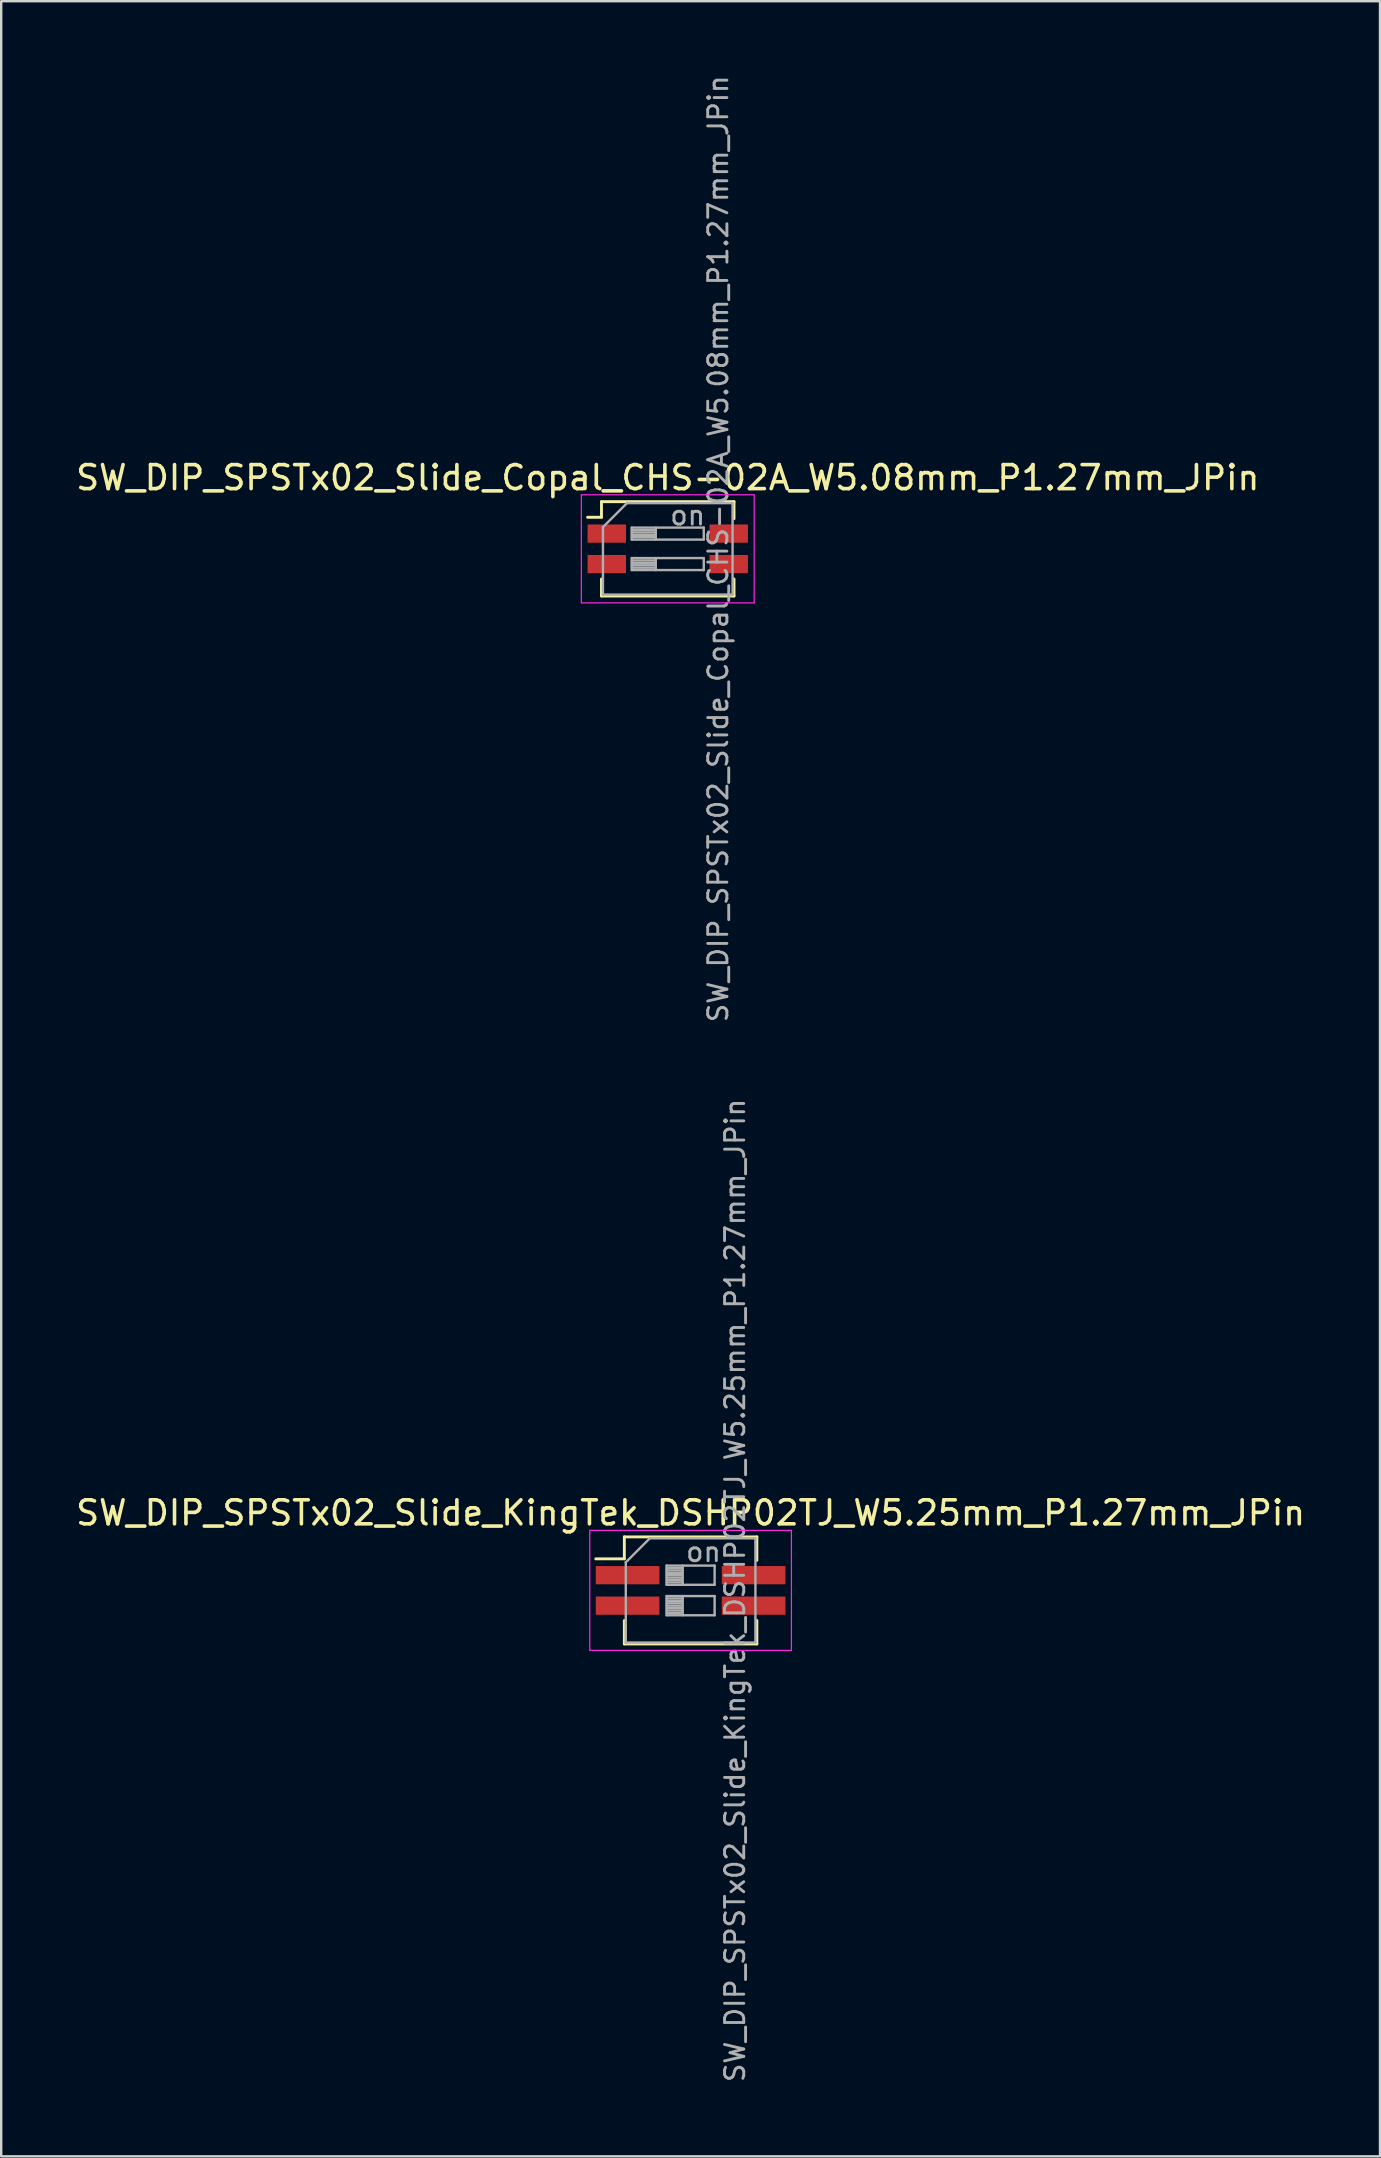
<source format=kicad_pcb>
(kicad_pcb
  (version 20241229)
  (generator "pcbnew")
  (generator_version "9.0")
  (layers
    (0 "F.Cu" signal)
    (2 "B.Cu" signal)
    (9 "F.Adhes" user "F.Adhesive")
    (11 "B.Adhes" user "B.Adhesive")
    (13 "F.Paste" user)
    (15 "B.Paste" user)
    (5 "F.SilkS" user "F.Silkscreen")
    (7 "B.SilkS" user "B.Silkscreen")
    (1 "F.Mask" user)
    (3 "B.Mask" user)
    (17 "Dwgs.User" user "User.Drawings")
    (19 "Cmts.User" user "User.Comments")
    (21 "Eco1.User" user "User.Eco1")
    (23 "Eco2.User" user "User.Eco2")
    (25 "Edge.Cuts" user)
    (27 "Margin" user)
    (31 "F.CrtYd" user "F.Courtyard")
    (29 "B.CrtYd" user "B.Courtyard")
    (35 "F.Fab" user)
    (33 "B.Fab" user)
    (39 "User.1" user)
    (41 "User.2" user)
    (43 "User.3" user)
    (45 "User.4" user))
  (footprint "SW_DIP_SPSTx02_Slide_KingTek_DSHP02TJ_W5.25mm_P1.27mm_JPin"
    (layer "F.Cu")
    (at 25.72 63.205)
    (property "Reference" "SW_DIP_SPSTx02_Slide_KingTek_DSHP02TJ_W5.25mm_P1.27mm_JPin" (at 0 -3.23 0) (layer "F.SilkS") (effects (font (size 1 1) (thickness 0.15))))
    (attr smd)
    (fp_line (start -3.951 -1.315) (end -2.761 -1.315) (stroke (width 0.12) (type solid)) (layer "F.SilkS"))
    (fp_line (start -2.761 -2.23) (end -2.761 -1.315) (stroke (width 0.12) (type solid)) (layer "F.SilkS"))
    (fp_line (start -2.761 -2.23) (end 2.76 -2.23) (stroke (width 0.12) (type solid)) (layer "F.SilkS"))
    (fp_line (start -2.761 1.255) (end -2.761 2.23) (stroke (width 0.12) (type solid)) (layer "F.SilkS"))
    (fp_line (start -2.761 2.23) (end 2.76 2.23) (stroke (width 0.12) (type solid)) (layer "F.SilkS"))
    (fp_line (start 2.76 -2.23) (end 2.76 -1.255) (stroke (width 0.12) (type solid)) (layer "F.SilkS"))
    (fp_line (start 2.76 1.255) (end 2.76 2.23) (stroke (width 0.12) (type solid)) (layer "F.SilkS"))
    (fp_line (start -4.2 -2.5) (end -4.2 2.5) (stroke (width 0.05) (type solid)) (layer "F.CrtYd"))
    (fp_line (start -4.2 2.5) (end 4.2 2.5) (stroke (width 0.05) (type solid)) (layer "F.CrtYd"))
    (fp_line (start 4.2 -2.5) (end -4.2 -2.5) (stroke (width 0.05) (type solid)) (layer "F.CrtYd"))
    (fp_line (start 4.2 2.5) (end 4.2 -2.5) (stroke (width 0.05) (type solid)) (layer "F.CrtYd"))
    (fp_line (start -2.7 -1.17) (end -1.7 -2.17) (stroke (width 0.1) (type solid)) (layer "F.Fab"))
    (fp_line (start -2.7 2.17) (end -2.7 -1.17) (stroke (width 0.1) (type solid)) (layer "F.Fab"))
    (fp_line (start -1.7 -2.17) (end 2.7 -2.17) (stroke (width 0.1) (type solid)) (layer "F.Fab"))
    (fp_line (start -1 -1.035) (end -1 -0.235) (stroke (width 0.1) (type solid)) (layer "F.Fab"))
    (fp_line (start -1 -0.935) (end -0.333 -0.935) (stroke (width 0.1) (type solid)) (layer "F.Fab"))
    (fp_line (start -1 -0.835) (end -0.333 -0.835) (stroke (width 0.1) (type solid)) (layer "F.Fab"))
    (fp_line (start -1 -0.735) (end -0.333 -0.735) (stroke (width 0.1) (type solid)) (layer "F.Fab"))
    (fp_line (start -1 -0.635) (end -0.333 -0.635) (stroke (width 0.1) (type solid)) (layer "F.Fab"))
    (fp_line (start -1 -0.535) (end -0.333 -0.535) (stroke (width 0.1) (type solid)) (layer "F.Fab"))
    (fp_line (start -1 -0.435) (end -0.333 -0.435) (stroke (width 0.1) (type solid)) (layer "F.Fab"))
    (fp_line (start -1 -0.335) (end -0.333 -0.335) (stroke (width 0.1) (type solid)) (layer "F.Fab"))
    (fp_line (start -1 -0.235) (end 1 -0.235) (stroke (width 0.1) (type solid)) (layer "F.Fab"))
    (fp_line (start -1 0.235) (end -1 1.035) (stroke (width 0.1) (type solid)) (layer "F.Fab"))
    (fp_line (start -1 0.335) (end -0.333 0.335) (stroke (width 0.1) (type solid)) (layer "F.Fab"))
    (fp_line (start -1 0.435) (end -0.333 0.435) (stroke (width 0.1) (type solid)) (layer "F.Fab"))
    (fp_line (start -1 0.535) (end -0.333 0.535) (stroke (width 0.1) (type solid)) (layer "F.Fab"))
    (fp_line (start -1 0.635) (end -0.333 0.635) (stroke (width 0.1) (type solid)) (layer "F.Fab"))
    (fp_line (start -1 0.735) (end -0.333 0.735) (stroke (width 0.1) (type solid)) (layer "F.Fab"))
    (fp_line (start -1 0.835) (end -0.333 0.835) (stroke (width 0.1) (type solid)) (layer "F.Fab"))
    (fp_line (start -1 0.935) (end -0.333 0.935) (stroke (width 0.1) (type solid)) (layer "F.Fab"))
    (fp_line (start -1 1.035) (end 1 1.035) (stroke (width 0.1) (type solid)) (layer "F.Fab"))
    (fp_line (start -0.333 -1.035) (end -0.333 -0.235) (stroke (width 0.1) (type solid)) (layer "F.Fab"))
    (fp_line (start -0.333 0.235) (end -0.333 1.035) (stroke (width 0.1) (type solid)) (layer "F.Fab"))
    (fp_line (start 1 -1.035) (end -1 -1.035) (stroke (width 0.1) (type solid)) (layer "F.Fab"))
    (fp_line (start 1 -0.235) (end 1 -1.035) (stroke (width 0.1) (type solid)) (layer "F.Fab"))
    (fp_line (start 1 0.235) (end -1 0.235) (stroke (width 0.1) (type solid)) (layer "F.Fab"))
    (fp_line (start 1 1.035) (end 1 0.235) (stroke (width 0.1) (type solid)) (layer "F.Fab"))
    (fp_line (start 2.7 -2.17) (end 2.7 2.17) (stroke (width 0.1) (type solid)) (layer "F.Fab"))
    (fp_line (start 2.7 2.17) (end -2.7 2.17) (stroke (width 0.1) (type solid)) (layer "F.Fab"))
    (fp_text user "${REFERENCE}" (at 1.85 0 90) (layer "F.Fab") (effects (font (size 0.8 0.8) (thickness 0.12))))
    (fp_text user "on" (at 0.537 -1.603 0) (layer "F.Fab") (effects (font (size 0.8 0.8) (thickness 0.12))))
    (pad "1" smd rect (at -2.625 -0.635) (size 2.65 0.76) (layers "F.Cu" "F.Mask" "F.Paste"))
    (pad "2" smd rect (at -2.625 0.635) (size 2.65 0.76) (layers "F.Cu" "F.Mask" "F.Paste"))
    (pad "3" smd rect (at 2.625 0.635) (size 2.65 0.76) (layers "F.Cu" "F.Mask" "F.Paste"))
    (pad "4" smd rect (at 2.625 -0.635) (size 2.65 0.76) (layers "F.Cu" "F.Mask" "F.Paste")))
  (footprint "SW_DIP_SPSTx02_Slide_Copal_CHS-02A_W5.08mm_P1.27mm_JPin"
    (layer "F.Cu")
    (at 24.768 19.814)
    (property "Reference" "SW_DIP_SPSTx02_Slide_Copal_CHS-02A_W5.08mm_P1.27mm_JPin" (at 0 -2.965 0) (layer "F.SilkS") (effects (font (size 1 1) (thickness 0.15))))
    (attr smd)
    (fp_line (start -3.34 -1.315) (end -2.761 -1.315) (stroke (width 0.12) (type solid)) (layer "F.SilkS"))
    (fp_line (start -2.761 -1.965) (end -2.761 -1.315) (stroke (width 0.12) (type solid)) (layer "F.SilkS"))
    (fp_line (start -2.761 -1.965) (end 2.76 -1.965) (stroke (width 0.12) (type solid)) (layer "F.SilkS"))
    (fp_line (start -2.761 1.255) (end -2.761 1.965) (stroke (width 0.12) (type solid)) (layer "F.SilkS"))
    (fp_line (start -2.761 1.965) (end 2.76 1.965) (stroke (width 0.12) (type solid)) (layer "F.SilkS"))
    (fp_line (start 2.76 -1.965) (end 2.76 -1.255) (stroke (width 0.12) (type solid)) (layer "F.SilkS"))
    (fp_line (start 2.76 1.255) (end 2.76 1.965) (stroke (width 0.12) (type solid)) (layer "F.SilkS"))
    (fp_line (start -3.6 -2.25) (end -3.6 2.25) (stroke (width 0.05) (type solid)) (layer "F.CrtYd"))
    (fp_line (start -3.6 2.25) (end 3.6 2.25) (stroke (width 0.05) (type solid)) (layer "F.CrtYd"))
    (fp_line (start 3.6 -2.25) (end -3.6 -2.25) (stroke (width 0.05) (type solid)) (layer "F.CrtYd"))
    (fp_line (start 3.6 2.25) (end 3.6 -2.25) (stroke (width 0.05) (type solid)) (layer "F.CrtYd"))
    (fp_line (start -2.7 -0.905) (end -1.7 -1.905) (stroke (width 0.1) (type solid)) (layer "F.Fab"))
    (fp_line (start -2.7 1.905) (end -2.7 -0.905) (stroke (width 0.1) (type solid)) (layer "F.Fab"))
    (fp_line (start -1.7 -1.905) (end 2.7 -1.905) (stroke (width 0.1) (type solid)) (layer "F.Fab"))
    (fp_line (start -1.5 -0.885) (end -1.5 -0.385) (stroke (width 0.1) (type solid)) (layer "F.Fab"))
    (fp_line (start -1.5 -0.785) (end -0.5 -0.785) (stroke (width 0.1) (type solid)) (layer "F.Fab"))
    (fp_line (start -1.5 -0.685) (end -0.5 -0.685) (stroke (width 0.1) (type solid)) (layer "F.Fab"))
    (fp_line (start -1.5 -0.585) (end -0.5 -0.585) (stroke (width 0.1) (type solid)) (layer "F.Fab"))
    (fp_line (start -1.5 -0.485) (end -0.5 -0.485) (stroke (width 0.1) (type solid)) (layer "F.Fab"))
    (fp_line (start -1.5 -0.385) (end 1.5 -0.385) (stroke (width 0.1) (type solid)) (layer "F.Fab"))
    (fp_line (start -1.5 0.385) (end -1.5 0.885) (stroke (width 0.1) (type solid)) (layer "F.Fab"))
    (fp_line (start -1.5 0.485) (end -0.5 0.485) (stroke (width 0.1) (type solid)) (layer "F.Fab"))
    (fp_line (start -1.5 0.585) (end -0.5 0.585) (stroke (width 0.1) (type solid)) (layer "F.Fab"))
    (fp_line (start -1.5 0.685) (end -0.5 0.685) (stroke (width 0.1) (type solid)) (layer "F.Fab"))
    (fp_line (start -1.5 0.785) (end -0.5 0.785) (stroke (width 0.1) (type solid)) (layer "F.Fab"))
    (fp_line (start -1.5 0.885) (end 1.5 0.885) (stroke (width 0.1) (type solid)) (layer "F.Fab"))
    (fp_line (start -0.5 -0.885) (end -0.5 -0.385) (stroke (width 0.1) (type solid)) (layer "F.Fab"))
    (fp_line (start -0.5 0.385) (end -0.5 0.885) (stroke (width 0.1) (type solid)) (layer "F.Fab"))
    (fp_line (start 1.5 -0.885) (end -1.5 -0.885) (stroke (width 0.1) (type solid)) (layer "F.Fab"))
    (fp_line (start 1.5 -0.385) (end 1.5 -0.885) (stroke (width 0.1) (type solid)) (layer "F.Fab"))
    (fp_line (start 1.5 0.385) (end -1.5 0.385) (stroke (width 0.1) (type solid)) (layer "F.Fab"))
    (fp_line (start 1.5 0.885) (end 1.5 0.385) (stroke (width 0.1) (type solid)) (layer "F.Fab"))
    (fp_line (start 2.7 -1.905) (end 2.7 1.905) (stroke (width 0.1) (type solid)) (layer "F.Fab"))
    (fp_line (start 2.7 1.905) (end -2.7 1.905) (stroke (width 0.1) (type solid)) (layer "F.Fab"))
    (fp_text user "${REFERENCE}" (at 2.1 0 90) (layer "F.Fab") (effects (font (size 0.8 0.8) (thickness 0.12))))
    (fp_text user "on" (at 0.83 -1.395 0) (layer "F.Fab") (effects (font (size 0.8 0.8) (thickness 0.12))))
    (pad "1" smd rect (at -2.54 -0.635) (size 1.6 0.76) (layers "F.Cu" "F.Mask" "F.Paste"))
    (pad "2" smd rect (at -2.54 0.635) (size 1.6 0.76) (layers "F.Cu" "F.Mask" "F.Paste"))
    (pad "3" smd rect (at 2.54 0.635) (size 1.6 0.76) (layers "F.Cu" "F.Mask" "F.Paste"))
    (pad "4" smd rect (at 2.54 -0.635) (size 1.6 0.76) (layers "F.Cu" "F.Mask" "F.Paste")))
  (gr_rect
    (start -3 -3)
    (end 54.44 86.781)
    (stroke (width 0.1) (type default))
    (fill no)
    (layer "Edge.Cuts")))
</source>
